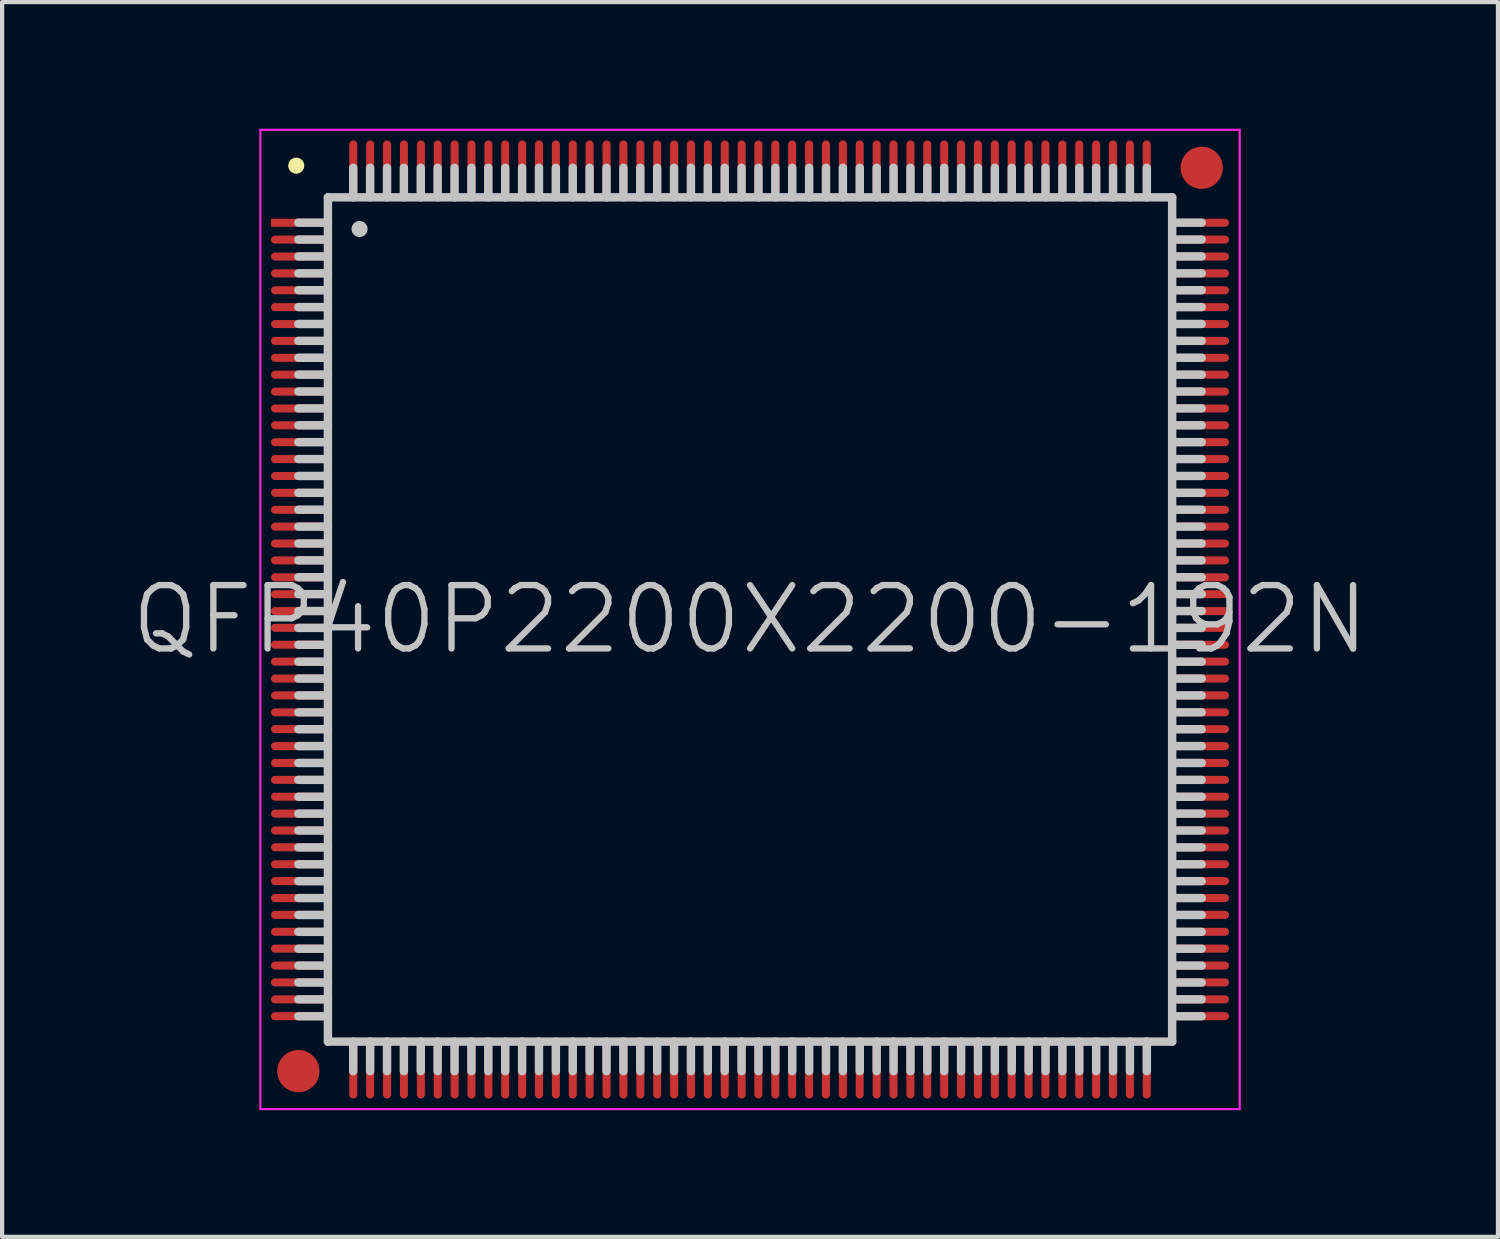
<source format=kicad_pcb>
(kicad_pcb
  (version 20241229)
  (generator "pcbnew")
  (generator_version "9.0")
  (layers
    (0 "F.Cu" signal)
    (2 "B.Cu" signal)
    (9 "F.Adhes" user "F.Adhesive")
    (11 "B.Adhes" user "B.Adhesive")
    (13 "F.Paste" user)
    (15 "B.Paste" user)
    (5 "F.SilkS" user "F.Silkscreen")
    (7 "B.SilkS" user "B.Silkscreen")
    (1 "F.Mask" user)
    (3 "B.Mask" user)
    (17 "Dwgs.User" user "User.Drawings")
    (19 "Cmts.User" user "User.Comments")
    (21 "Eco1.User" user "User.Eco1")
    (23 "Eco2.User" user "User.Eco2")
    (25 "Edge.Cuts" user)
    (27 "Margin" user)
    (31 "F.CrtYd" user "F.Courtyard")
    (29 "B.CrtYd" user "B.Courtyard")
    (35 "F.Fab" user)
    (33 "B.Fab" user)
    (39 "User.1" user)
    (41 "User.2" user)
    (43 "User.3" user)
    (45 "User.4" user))
  (footprint "QFP40P2200X2200-192N"
    (layer "F.Cu")
    (at 14.718 11.625)
    (property "Reference" "QFP40P2200X2200-192N" (at 0 0 0) (layer "Dwgs.User") (effects (font (size 1.5 1.5) (thickness 0.15))))
    (attr smd)
    (fp_line (start -10.75 -10.75) (end -10.75 -10.75) (stroke (width 0.381) (type solid)) (layer "F.SilkS"))
    (fp_line (start -10 -10) (end -10 10) (stroke (width 0.2) (type solid)) (layer "Dwgs.User"))
    (fp_line (start -10 -10) (end 10 -10) (stroke (width 0.2) (type solid)) (layer "Dwgs.User"))
    (fp_line (start -10 -9.4) (end -10.7 -9.4) (stroke (width 0.2) (type solid)) (layer "Dwgs.User"))
    (fp_line (start -10 -9) (end -10.7 -9) (stroke (width 0.2) (type solid)) (layer "Dwgs.User"))
    (fp_line (start -10 -8.6) (end -10.7 -8.6) (stroke (width 0.2) (type solid)) (layer "Dwgs.User"))
    (fp_line (start -10 -8.2) (end -10.7 -8.2) (stroke (width 0.2) (type solid)) (layer "Dwgs.User"))
    (fp_line (start -10 -7.8) (end -10.7 -7.8) (stroke (width 0.2) (type solid)) (layer "Dwgs.User"))
    (fp_line (start -10 -7.4) (end -10.7 -7.4) (stroke (width 0.2) (type solid)) (layer "Dwgs.User"))
    (fp_line (start -10 -7) (end -10.7 -7) (stroke (width 0.2) (type solid)) (layer "Dwgs.User"))
    (fp_line (start -10 -6.6) (end -10.7 -6.6) (stroke (width 0.2) (type solid)) (layer "Dwgs.User"))
    (fp_line (start -10 -6.2) (end -10.7 -6.2) (stroke (width 0.2) (type solid)) (layer "Dwgs.User"))
    (fp_line (start -10 -5.8) (end -10.7 -5.8) (stroke (width 0.2) (type solid)) (layer "Dwgs.User"))
    (fp_line (start -10 -5.4) (end -10.7 -5.4) (stroke (width 0.2) (type solid)) (layer "Dwgs.User"))
    (fp_line (start -10 -5) (end -10.7 -5) (stroke (width 0.2) (type solid)) (layer "Dwgs.User"))
    (fp_line (start -10 -4.6) (end -10.7 -4.6) (stroke (width 0.2) (type solid)) (layer "Dwgs.User"))
    (fp_line (start -10 -4.2) (end -10.7 -4.2) (stroke (width 0.2) (type solid)) (layer "Dwgs.User"))
    (fp_line (start -10 -3.8) (end -10.7 -3.8) (stroke (width 0.2) (type solid)) (layer "Dwgs.User"))
    (fp_line (start -10 -3.4) (end -10.7 -3.4) (stroke (width 0.2) (type solid)) (layer "Dwgs.User"))
    (fp_line (start -10 -3) (end -10.7 -3) (stroke (width 0.2) (type solid)) (layer "Dwgs.User"))
    (fp_line (start -10 -2.6) (end -10.7 -2.6) (stroke (width 0.2) (type solid)) (layer "Dwgs.User"))
    (fp_line (start -10 -2.2) (end -10.7 -2.2) (stroke (width 0.2) (type solid)) (layer "Dwgs.User"))
    (fp_line (start -10 -1.8) (end -10.7 -1.8) (stroke (width 0.2) (type solid)) (layer "Dwgs.User"))
    (fp_line (start -10 -1.4) (end -10.7 -1.4) (stroke (width 0.2) (type solid)) (layer "Dwgs.User"))
    (fp_line (start -10 -1) (end -10.7 -1) (stroke (width 0.2) (type solid)) (layer "Dwgs.User"))
    (fp_line (start -10 -0.6) (end -10.7 -0.6) (stroke (width 0.2) (type solid)) (layer "Dwgs.User"))
    (fp_line (start -10 -0.2) (end -10.7 -0.2) (stroke (width 0.2) (type solid)) (layer "Dwgs.User"))
    (fp_line (start -10 0.2) (end -10.7 0.2) (stroke (width 0.2) (type solid)) (layer "Dwgs.User"))
    (fp_line (start -10 0.6) (end -10.7 0.6) (stroke (width 0.2) (type solid)) (layer "Dwgs.User"))
    (fp_line (start -10 1) (end -10.7 1) (stroke (width 0.2) (type solid)) (layer "Dwgs.User"))
    (fp_line (start -10 1.4) (end -10.7 1.4) (stroke (width 0.2) (type solid)) (layer "Dwgs.User"))
    (fp_line (start -10 1.8) (end -10.7 1.8) (stroke (width 0.2) (type solid)) (layer "Dwgs.User"))
    (fp_line (start -10 2.2) (end -10.7 2.2) (stroke (width 0.2) (type solid)) (layer "Dwgs.User"))
    (fp_line (start -10 2.6) (end -10.7 2.6) (stroke (width 0.2) (type solid)) (layer "Dwgs.User"))
    (fp_line (start -10 3) (end -10.7 3) (stroke (width 0.2) (type solid)) (layer "Dwgs.User"))
    (fp_line (start -10 3.4) (end -10.7 3.4) (stroke (width 0.2) (type solid)) (layer "Dwgs.User"))
    (fp_line (start -10 3.8) (end -10.7 3.8) (stroke (width 0.2) (type solid)) (layer "Dwgs.User"))
    (fp_line (start -10 4.2) (end -10.7 4.2) (stroke (width 0.2) (type solid)) (layer "Dwgs.User"))
    (fp_line (start -10 4.6) (end -10.7 4.6) (stroke (width 0.2) (type solid)) (layer "Dwgs.User"))
    (fp_line (start -10 5) (end -10.7 5) (stroke (width 0.2) (type solid)) (layer "Dwgs.User"))
    (fp_line (start -10 5.4) (end -10.7 5.4) (stroke (width 0.2) (type solid)) (layer "Dwgs.User"))
    (fp_line (start -10 5.8) (end -10.7 5.8) (stroke (width 0.2) (type solid)) (layer "Dwgs.User"))
    (fp_line (start -10 6.2) (end -10.7 6.2) (stroke (width 0.2) (type solid)) (layer "Dwgs.User"))
    (fp_line (start -10 6.6) (end -10.7 6.6) (stroke (width 0.2) (type solid)) (layer "Dwgs.User"))
    (fp_line (start -10 7) (end -10.7 7) (stroke (width 0.2) (type solid)) (layer "Dwgs.User"))
    (fp_line (start -10 7.4) (end -10.7 7.4) (stroke (width 0.2) (type solid)) (layer "Dwgs.User"))
    (fp_line (start -10 7.8) (end -10.7 7.8) (stroke (width 0.2) (type solid)) (layer "Dwgs.User"))
    (fp_line (start -10 8.2) (end -10.7 8.2) (stroke (width 0.2) (type solid)) (layer "Dwgs.User"))
    (fp_line (start -10 8.6) (end -10.7 8.6) (stroke (width 0.2) (type solid)) (layer "Dwgs.User"))
    (fp_line (start -10 9) (end -10.7 9) (stroke (width 0.2) (type solid)) (layer "Dwgs.User"))
    (fp_line (start -10 9.4) (end -10.7 9.4) (stroke (width 0.2) (type solid)) (layer "Dwgs.User"))
    (fp_line (start -10 10) (end 10 10) (stroke (width 0.2) (type solid)) (layer "Dwgs.User"))
    (fp_line (start -9.4 -10) (end -9.4 -10.7) (stroke (width 0.2) (type solid)) (layer "Dwgs.User"))
    (fp_line (start -9.4 10.7) (end -9.4 10) (stroke (width 0.2) (type solid)) (layer "Dwgs.User"))
    (fp_line (start -9.25 -9.25) (end -9.25 -9.25) (stroke (width 0.381) (type solid)) (layer "Dwgs.User"))
    (fp_line (start -9 -10) (end -9 -10.7) (stroke (width 0.2) (type solid)) (layer "Dwgs.User"))
    (fp_line (start -9 10.7) (end -9 10) (stroke (width 0.2) (type solid)) (layer "Dwgs.User"))
    (fp_line (start -8.6 -10) (end -8.6 -10.7) (stroke (width 0.2) (type solid)) (layer "Dwgs.User"))
    (fp_line (start -8.6 10.7) (end -8.6 10) (stroke (width 0.2) (type solid)) (layer "Dwgs.User"))
    (fp_line (start -8.2 -10) (end -8.2 -10.7) (stroke (width 0.2) (type solid)) (layer "Dwgs.User"))
    (fp_line (start -8.2 10.7) (end -8.2 10) (stroke (width 0.2) (type solid)) (layer "Dwgs.User"))
    (fp_line (start -7.8 -10) (end -7.8 -10.7) (stroke (width 0.2) (type solid)) (layer "Dwgs.User"))
    (fp_line (start -7.8 10.7) (end -7.8 10) (stroke (width 0.2) (type solid)) (layer "Dwgs.User"))
    (fp_line (start -7.4 -10) (end -7.4 -10.7) (stroke (width 0.2) (type solid)) (layer "Dwgs.User"))
    (fp_line (start -7.4 10.7) (end -7.4 10) (stroke (width 0.2) (type solid)) (layer "Dwgs.User"))
    (fp_line (start -7 -10) (end -7 -10.7) (stroke (width 0.2) (type solid)) (layer "Dwgs.User"))
    (fp_line (start -7 10.7) (end -7 10) (stroke (width 0.2) (type solid)) (layer "Dwgs.User"))
    (fp_line (start -6.6 -10) (end -6.6 -10.7) (stroke (width 0.2) (type solid)) (layer "Dwgs.User"))
    (fp_line (start -6.6 10.7) (end -6.6 10) (stroke (width 0.2) (type solid)) (layer "Dwgs.User"))
    (fp_line (start -6.2 -10) (end -6.2 -10.7) (stroke (width 0.2) (type solid)) (layer "Dwgs.User"))
    (fp_line (start -6.2 10.7) (end -6.2 10) (stroke (width 0.2) (type solid)) (layer "Dwgs.User"))
    (fp_line (start -5.8 -10) (end -5.8 -10.7) (stroke (width 0.2) (type solid)) (layer "Dwgs.User"))
    (fp_line (start -5.8 10.7) (end -5.8 10) (stroke (width 0.2) (type solid)) (layer "Dwgs.User"))
    (fp_line (start -5.4 -10) (end -5.4 -10.7) (stroke (width 0.2) (type solid)) (layer "Dwgs.User"))
    (fp_line (start -5.4 10.7) (end -5.4 10) (stroke (width 0.2) (type solid)) (layer "Dwgs.User"))
    (fp_line (start -5 -10) (end -5 -10.7) (stroke (width 0.2) (type solid)) (layer "Dwgs.User"))
    (fp_line (start -5 10.7) (end -5 10) (stroke (width 0.2) (type solid)) (layer "Dwgs.User"))
    (fp_line (start -4.6 -10) (end -4.6 -10.7) (stroke (width 0.2) (type solid)) (layer "Dwgs.User"))
    (fp_line (start -4.6 10.7) (end -4.6 10) (stroke (width 0.2) (type solid)) (layer "Dwgs.User"))
    (fp_line (start -4.2 -10) (end -4.2 -10.7) (stroke (width 0.2) (type solid)) (layer "Dwgs.User"))
    (fp_line (start -4.2 10.7) (end -4.2 10) (stroke (width 0.2) (type solid)) (layer "Dwgs.User"))
    (fp_line (start -3.8 -10) (end -3.8 -10.7) (stroke (width 0.2) (type solid)) (layer "Dwgs.User"))
    (fp_line (start -3.8 10.7) (end -3.8 10) (stroke (width 0.2) (type solid)) (layer "Dwgs.User"))
    (fp_line (start -3.4 -10) (end -3.4 -10.7) (stroke (width 0.2) (type solid)) (layer "Dwgs.User"))
    (fp_line (start -3.4 10.7) (end -3.4 10) (stroke (width 0.2) (type solid)) (layer "Dwgs.User"))
    (fp_line (start -3 -10) (end -3 -10.7) (stroke (width 0.2) (type solid)) (layer "Dwgs.User"))
    (fp_line (start -3 10.7) (end -3 10) (stroke (width 0.2) (type solid)) (layer "Dwgs.User"))
    (fp_line (start -2.6 -10) (end -2.6 -10.7) (stroke (width 0.2) (type solid)) (layer "Dwgs.User"))
    (fp_line (start -2.6 10.7) (end -2.6 10) (stroke (width 0.2) (type solid)) (layer "Dwgs.User"))
    (fp_line (start -2.2 -10) (end -2.2 -10.7) (stroke (width 0.2) (type solid)) (layer "Dwgs.User"))
    (fp_line (start -2.2 10.7) (end -2.2 10) (stroke (width 0.2) (type solid)) (layer "Dwgs.User"))
    (fp_line (start -1.8 -10) (end -1.8 -10.7) (stroke (width 0.2) (type solid)) (layer "Dwgs.User"))
    (fp_line (start -1.8 10.7) (end -1.8 10) (stroke (width 0.2) (type solid)) (layer "Dwgs.User"))
    (fp_line (start -1.4 -10) (end -1.4 -10.7) (stroke (width 0.2) (type solid)) (layer "Dwgs.User"))
    (fp_line (start -1.4 10.7) (end -1.4 10) (stroke (width 0.2) (type solid)) (layer "Dwgs.User"))
    (fp_line (start -1 -10) (end -1 -10.7) (stroke (width 0.2) (type solid)) (layer "Dwgs.User"))
    (fp_line (start -1 10.7) (end -1 10) (stroke (width 0.2) (type solid)) (layer "Dwgs.User"))
    (fp_line (start -0.6 -10) (end -0.6 -10.7) (stroke (width 0.2) (type solid)) (layer "Dwgs.User"))
    (fp_line (start -0.6 10.7) (end -0.6 10) (stroke (width 0.2) (type solid)) (layer "Dwgs.User"))
    (fp_line (start -0.2 -10) (end -0.2 -10.7) (stroke (width 0.2) (type solid)) (layer "Dwgs.User"))
    (fp_line (start -0.2 10.7) (end -0.2 10) (stroke (width 0.2) (type solid)) (layer "Dwgs.User"))
    (fp_line (start 0.2 -10) (end 0.2 -10.7) (stroke (width 0.2) (type solid)) (layer "Dwgs.User"))
    (fp_line (start 0.2 10.7) (end 0.2 10) (stroke (width 0.2) (type solid)) (layer "Dwgs.User"))
    (fp_line (start 0.6 -10) (end 0.6 -10.7) (stroke (width 0.2) (type solid)) (layer "Dwgs.User"))
    (fp_line (start 0.6 10.7) (end 0.6 10) (stroke (width 0.2) (type solid)) (layer "Dwgs.User"))
    (fp_line (start 1 -10) (end 1 -10.7) (stroke (width 0.2) (type solid)) (layer "Dwgs.User"))
    (fp_line (start 1 10.7) (end 1 10) (stroke (width 0.2) (type solid)) (layer "Dwgs.User"))
    (fp_line (start 1.4 -10) (end 1.4 -10.7) (stroke (width 0.2) (type solid)) (layer "Dwgs.User"))
    (fp_line (start 1.4 10.7) (end 1.4 10) (stroke (width 0.2) (type solid)) (layer "Dwgs.User"))
    (fp_line (start 1.8 -10) (end 1.8 -10.7) (stroke (width 0.2) (type solid)) (layer "Dwgs.User"))
    (fp_line (start 1.8 10.7) (end 1.8 10) (stroke (width 0.2) (type solid)) (layer "Dwgs.User"))
    (fp_line (start 2.2 -10) (end 2.2 -10.7) (stroke (width 0.2) (type solid)) (layer "Dwgs.User"))
    (fp_line (start 2.2 10.7) (end 2.2 10) (stroke (width 0.2) (type solid)) (layer "Dwgs.User"))
    (fp_line (start 2.6 -10) (end 2.6 -10.7) (stroke (width 0.2) (type solid)) (layer "Dwgs.User"))
    (fp_line (start 2.6 10.7) (end 2.6 10) (stroke (width 0.2) (type solid)) (layer "Dwgs.User"))
    (fp_line (start 3 -10) (end 3 -10.7) (stroke (width 0.2) (type solid)) (layer "Dwgs.User"))
    (fp_line (start 3 10.7) (end 3 10) (stroke (width 0.2) (type solid)) (layer "Dwgs.User"))
    (fp_line (start 3.4 -10) (end 3.4 -10.7) (stroke (width 0.2) (type solid)) (layer "Dwgs.User"))
    (fp_line (start 3.4 10.7) (end 3.4 10) (stroke (width 0.2) (type solid)) (layer "Dwgs.User"))
    (fp_line (start 3.8 -10) (end 3.8 -10.7) (stroke (width 0.2) (type solid)) (layer "Dwgs.User"))
    (fp_line (start 3.8 10.7) (end 3.8 10) (stroke (width 0.2) (type solid)) (layer "Dwgs.User"))
    (fp_line (start 4.2 -10) (end 4.2 -10.7) (stroke (width 0.2) (type solid)) (layer "Dwgs.User"))
    (fp_line (start 4.2 10.7) (end 4.2 10) (stroke (width 0.2) (type solid)) (layer "Dwgs.User"))
    (fp_line (start 4.6 -10) (end 4.6 -10.7) (stroke (width 0.2) (type solid)) (layer "Dwgs.User"))
    (fp_line (start 4.6 10.7) (end 4.6 10) (stroke (width 0.2) (type solid)) (layer "Dwgs.User"))
    (fp_line (start 5 -10) (end 5 -10.7) (stroke (width 0.2) (type solid)) (layer "Dwgs.User"))
    (fp_line (start 5 10.7) (end 5 10) (stroke (width 0.2) (type solid)) (layer "Dwgs.User"))
    (fp_line (start 5.4 -10) (end 5.4 -10.7) (stroke (width 0.2) (type solid)) (layer "Dwgs.User"))
    (fp_line (start 5.4 10.7) (end 5.4 10) (stroke (width 0.2) (type solid)) (layer "Dwgs.User"))
    (fp_line (start 5.8 -10) (end 5.8 -10.7) (stroke (width 0.2) (type solid)) (layer "Dwgs.User"))
    (fp_line (start 5.8 10.7) (end 5.8 10) (stroke (width 0.2) (type solid)) (layer "Dwgs.User"))
    (fp_line (start 6.2 -10) (end 6.2 -10.7) (stroke (width 0.2) (type solid)) (layer "Dwgs.User"))
    (fp_line (start 6.2 10.7) (end 6.2 10) (stroke (width 0.2) (type solid)) (layer "Dwgs.User"))
    (fp_line (start 6.6 -10) (end 6.6 -10.7) (stroke (width 0.2) (type solid)) (layer "Dwgs.User"))
    (fp_line (start 6.6 10.7) (end 6.6 10) (stroke (width 0.2) (type solid)) (layer "Dwgs.User"))
    (fp_line (start 7 -10) (end 7 -10.7) (stroke (width 0.2) (type solid)) (layer "Dwgs.User"))
    (fp_line (start 7 10.7) (end 7 10) (stroke (width 0.2) (type solid)) (layer "Dwgs.User"))
    (fp_line (start 7.4 -10) (end 7.4 -10.7) (stroke (width 0.2) (type solid)) (layer "Dwgs.User"))
    (fp_line (start 7.4 10.7) (end 7.4 10) (stroke (width 0.2) (type solid)) (layer "Dwgs.User"))
    (fp_line (start 7.8 -10) (end 7.8 -10.7) (stroke (width 0.2) (type solid)) (layer "Dwgs.User"))
    (fp_line (start 7.8 10.7) (end 7.8 10) (stroke (width 0.2) (type solid)) (layer "Dwgs.User"))
    (fp_line (start 8.2 -10) (end 8.2 -10.7) (stroke (width 0.2) (type solid)) (layer "Dwgs.User"))
    (fp_line (start 8.2 10.7) (end 8.2 10) (stroke (width 0.2) (type solid)) (layer "Dwgs.User"))
    (fp_line (start 8.6 -10) (end 8.6 -10.7) (stroke (width 0.2) (type solid)) (layer "Dwgs.User"))
    (fp_line (start 8.6 10.7) (end 8.6 10) (stroke (width 0.2) (type solid)) (layer "Dwgs.User"))
    (fp_line (start 9 -10) (end 9 -10.7) (stroke (width 0.2) (type solid)) (layer "Dwgs.User"))
    (fp_line (start 9 10.7) (end 9 10) (stroke (width 0.2) (type solid)) (layer "Dwgs.User"))
    (fp_line (start 9.4 -10) (end 9.4 -10.7) (stroke (width 0.2) (type solid)) (layer "Dwgs.User"))
    (fp_line (start 9.4 10.7) (end 9.4 10) (stroke (width 0.2) (type solid)) (layer "Dwgs.User"))
    (fp_line (start 10 -10) (end 10 10) (stroke (width 0.2) (type solid)) (layer "Dwgs.User"))
    (fp_line (start 10.7 -9.4) (end 10 -9.4) (stroke (width 0.2) (type solid)) (layer "Dwgs.User"))
    (fp_line (start 10.7 -9) (end 10 -9) (stroke (width 0.2) (type solid)) (layer "Dwgs.User"))
    (fp_line (start 10.7 -8.6) (end 10 -8.6) (stroke (width 0.2) (type solid)) (layer "Dwgs.User"))
    (fp_line (start 10.7 -8.2) (end 10 -8.2) (stroke (width 0.2) (type solid)) (layer "Dwgs.User"))
    (fp_line (start 10.7 -7.8) (end 10 -7.8) (stroke (width 0.2) (type solid)) (layer "Dwgs.User"))
    (fp_line (start 10.7 -7.4) (end 10 -7.4) (stroke (width 0.2) (type solid)) (layer "Dwgs.User"))
    (fp_line (start 10.7 -7) (end 10 -7) (stroke (width 0.2) (type solid)) (layer "Dwgs.User"))
    (fp_line (start 10.7 -6.6) (end 10 -6.6) (stroke (width 0.2) (type solid)) (layer "Dwgs.User"))
    (fp_line (start 10.7 -6.2) (end 10 -6.2) (stroke (width 0.2) (type solid)) (layer "Dwgs.User"))
    (fp_line (start 10.7 -5.8) (end 10 -5.8) (stroke (width 0.2) (type solid)) (layer "Dwgs.User"))
    (fp_line (start 10.7 -5.4) (end 10 -5.4) (stroke (width 0.2) (type solid)) (layer "Dwgs.User"))
    (fp_line (start 10.7 -5) (end 10 -5) (stroke (width 0.2) (type solid)) (layer "Dwgs.User"))
    (fp_line (start 10.7 -4.6) (end 10 -4.6) (stroke (width 0.2) (type solid)) (layer "Dwgs.User"))
    (fp_line (start 10.7 -4.2) (end 10 -4.2) (stroke (width 0.2) (type solid)) (layer "Dwgs.User"))
    (fp_line (start 10.7 -3.8) (end 10 -3.8) (stroke (width 0.2) (type solid)) (layer "Dwgs.User"))
    (fp_line (start 10.7 -3.4) (end 10 -3.4) (stroke (width 0.2) (type solid)) (layer "Dwgs.User"))
    (fp_line (start 10.7 -3) (end 10 -3) (stroke (width 0.2) (type solid)) (layer "Dwgs.User"))
    (fp_line (start 10.7 -2.6) (end 10 -2.6) (stroke (width 0.2) (type solid)) (layer "Dwgs.User"))
    (fp_line (start 10.7 -2.2) (end 10 -2.2) (stroke (width 0.2) (type solid)) (layer "Dwgs.User"))
    (fp_line (start 10.7 -1.8) (end 10 -1.8) (stroke (width 0.2) (type solid)) (layer "Dwgs.User"))
    (fp_line (start 10.7 -1.4) (end 10 -1.4) (stroke (width 0.2) (type solid)) (layer "Dwgs.User"))
    (fp_line (start 10.7 -1) (end 10 -1) (stroke (width 0.2) (type solid)) (layer "Dwgs.User"))
    (fp_line (start 10.7 -0.6) (end 10 -0.6) (stroke (width 0.2) (type solid)) (layer "Dwgs.User"))
    (fp_line (start 10.7 -0.2) (end 10 -0.2) (stroke (width 0.2) (type solid)) (layer "Dwgs.User"))
    (fp_line (start 10.7 0.2) (end 10 0.2) (stroke (width 0.2) (type solid)) (layer "Dwgs.User"))
    (fp_line (start 10.7 0.6) (end 10 0.6) (stroke (width 0.2) (type solid)) (layer "Dwgs.User"))
    (fp_line (start 10.7 1) (end 10 1) (stroke (width 0.2) (type solid)) (layer "Dwgs.User"))
    (fp_line (start 10.7 1.4) (end 10 1.4) (stroke (width 0.2) (type solid)) (layer "Dwgs.User"))
    (fp_line (start 10.7 1.8) (end 10 1.8) (stroke (width 0.2) (type solid)) (layer "Dwgs.User"))
    (fp_line (start 10.7 2.2) (end 10 2.2) (stroke (width 0.2) (type solid)) (layer "Dwgs.User"))
    (fp_line (start 10.7 2.6) (end 10 2.6) (stroke (width 0.2) (type solid)) (layer "Dwgs.User"))
    (fp_line (start 10.7 3) (end 10 3) (stroke (width 0.2) (type solid)) (layer "Dwgs.User"))
    (fp_line (start 10.7 3.4) (end 10 3.4) (stroke (width 0.2) (type solid)) (layer "Dwgs.User"))
    (fp_line (start 10.7 3.8) (end 10 3.8) (stroke (width 0.2) (type solid)) (layer "Dwgs.User"))
    (fp_line (start 10.7 4.2) (end 10 4.2) (stroke (width 0.2) (type solid)) (layer "Dwgs.User"))
    (fp_line (start 10.7 4.6) (end 10 4.6) (stroke (width 0.2) (type solid)) (layer "Dwgs.User"))
    (fp_line (start 10.7 5) (end 10 5) (stroke (width 0.2) (type solid)) (layer "Dwgs.User"))
    (fp_line (start 10.7 5.4) (end 10 5.4) (stroke (width 0.2) (type solid)) (layer "Dwgs.User"))
    (fp_line (start 10.7 5.8) (end 10 5.8) (stroke (width 0.2) (type solid)) (layer "Dwgs.User"))
    (fp_line (start 10.7 6.2) (end 10 6.2) (stroke (width 0.2) (type solid)) (layer "Dwgs.User"))
    (fp_line (start 10.7 6.6) (end 10 6.6) (stroke (width 0.2) (type solid)) (layer "Dwgs.User"))
    (fp_line (start 10.7 7) (end 10 7) (stroke (width 0.2) (type solid)) (layer "Dwgs.User"))
    (fp_line (start 10.7 7.4) (end 10 7.4) (stroke (width 0.2) (type solid)) (layer "Dwgs.User"))
    (fp_line (start 10.7 7.8) (end 10 7.8) (stroke (width 0.2) (type solid)) (layer "Dwgs.User"))
    (fp_line (start 10.7 8.2) (end 10 8.2) (stroke (width 0.2) (type solid)) (layer "Dwgs.User"))
    (fp_line (start 10.7 8.6) (end 10 8.6) (stroke (width 0.2) (type solid)) (layer "Dwgs.User"))
    (fp_line (start 10.7 9) (end 10 9) (stroke (width 0.2) (type solid)) (layer "Dwgs.User"))
    (fp_line (start 10.7 9.4) (end 10 9.4) (stroke (width 0.2) (type solid)) (layer "Dwgs.User"))
    (fp_line (start -11.6 -11.6) (end -11.6 11.6) (stroke (width 0.05) (type solid)) (layer "F.CrtYd"))
    (fp_line (start -11.6 -11.6) (end 11.6 -11.6) (stroke (width 0.05) (type solid)) (layer "F.CrtYd"))
    (fp_line (start -11.6 11.6) (end 11.6 11.6) (stroke (width 0.05) (type solid)) (layer "F.CrtYd"))
    (fp_line (start 11.6 -11.6) (end 11.6 11.6) (stroke (width 0.05) (type solid)) (layer "F.CrtYd"))
    (pad "" smd circle (at -10.7 10.7) (size 1 1) (layers "F.Cu" "F.Mask"))
    (pad "" smd circle (at 10.7 -10.7) (size 1 1) (layers "F.Cu" "F.Mask"))
    (pad "1" smd rect (at -10.698 -9.398 90) (size 0.19 1.3) (layers "F.Cu" "F.Mask" "F.Paste"))
    (pad "2" smd oval (at -10.698 -8.999 90) (size 0.19 1.3) (layers "F.Cu" "F.Mask" "F.Paste"))
    (pad "3" smd oval (at -10.698 -8.598 90) (size 0.19 1.3) (layers "F.Cu" "F.Mask" "F.Paste"))
    (pad "4" smd oval (at -10.698 -8.199 90) (size 0.19 1.3) (layers "F.Cu" "F.Mask" "F.Paste"))
    (pad "5" smd oval (at -10.698 -7.798 90) (size 0.19 1.3) (layers "F.Cu" "F.Mask" "F.Paste"))
    (pad "6" smd oval (at -10.698 -7.399 90) (size 0.19 1.3) (layers "F.Cu" "F.Mask" "F.Paste"))
    (pad "7" smd oval (at -10.698 -6.998 90) (size 0.19 1.3) (layers "F.Cu" "F.Mask" "F.Paste"))
    (pad "8" smd oval (at -10.698 -6.599 90) (size 0.19 1.3) (layers "F.Cu" "F.Mask" "F.Paste"))
    (pad "9" smd oval (at -10.698 -6.198 90) (size 0.19 1.3) (layers "F.Cu" "F.Mask" "F.Paste"))
    (pad "10" smd oval (at -10.698 -5.799 90) (size 0.19 1.3) (layers "F.Cu" "F.Mask" "F.Paste"))
    (pad "11" smd oval (at -10.698 -5.397 90) (size 0.19 1.3) (layers "F.Cu" "F.Mask" "F.Paste"))
    (pad "12" smd oval (at -10.698 -4.999 90) (size 0.19 1.3) (layers "F.Cu" "F.Mask" "F.Paste"))
    (pad "13" smd oval (at -10.698 -4.6 90) (size 0.19 1.3) (layers "F.Cu" "F.Mask" "F.Paste"))
    (pad "14" smd oval (at -10.698 -4.199 90) (size 0.19 1.3) (layers "F.Cu" "F.Mask" "F.Paste"))
    (pad "15" smd oval (at -10.698 -3.8 90) (size 0.19 1.3) (layers "F.Cu" "F.Mask" "F.Paste"))
    (pad "16" smd oval (at -10.698 -3.399 90) (size 0.19 1.3) (layers "F.Cu" "F.Mask" "F.Paste"))
    (pad "17" smd oval (at -10.698 -3 90) (size 0.19 1.3) (layers "F.Cu" "F.Mask" "F.Paste"))
    (pad "18" smd oval (at -10.698 -2.598 90) (size 0.19 1.3) (layers "F.Cu" "F.Mask" "F.Paste"))
    (pad "19" smd oval (at -10.698 -2.2 90) (size 0.19 1.3) (layers "F.Cu" "F.Mask" "F.Paste"))
    (pad "20" smd oval (at -10.698 -1.798 90) (size 0.19 1.3) (layers "F.Cu" "F.Mask" "F.Paste"))
    (pad "21" smd oval (at -10.698 -1.4 90) (size 0.19 1.3) (layers "F.Cu" "F.Mask" "F.Paste"))
    (pad "22" smd oval (at -10.698 -0.998 90) (size 0.19 1.3) (layers "F.Cu" "F.Mask" "F.Paste"))
    (pad "23" smd oval (at -10.698 -0.599 90) (size 0.19 1.3) (layers "F.Cu" "F.Mask" "F.Paste"))
    (pad "24" smd oval (at -10.698 -0.198 90) (size 0.19 1.3) (layers "F.Cu" "F.Mask" "F.Paste"))
    (pad "25" smd oval (at -10.698 0.198 90) (size 0.19 1.3) (layers "F.Cu" "F.Mask" "F.Paste"))
    (pad "26" smd oval (at -10.698 0.599 90) (size 0.19 1.3) (layers "F.Cu" "F.Mask" "F.Paste"))
    (pad "27" smd oval (at -10.698 0.998 90) (size 0.19 1.3) (layers "F.Cu" "F.Mask" "F.Paste"))
    (pad "28" smd oval (at -10.698 1.4 90) (size 0.19 1.3) (layers "F.Cu" "F.Mask" "F.Paste"))
    (pad "29" smd oval (at -10.698 1.798 90) (size 0.19 1.3) (layers "F.Cu" "F.Mask" "F.Paste"))
    (pad "30" smd oval (at -10.698 2.2 90) (size 0.19 1.3) (layers "F.Cu" "F.Mask" "F.Paste"))
    (pad "31" smd oval (at -10.698 2.598 90) (size 0.19 1.3) (layers "F.Cu" "F.Mask" "F.Paste"))
    (pad "32" smd oval (at -10.698 3 90) (size 0.19 1.3) (layers "F.Cu" "F.Mask" "F.Paste"))
    (pad "33" smd oval (at -10.698 3.399 90) (size 0.19 1.3) (layers "F.Cu" "F.Mask" "F.Paste"))
    (pad "34" smd oval (at -10.698 3.8 90) (size 0.19 1.3) (layers "F.Cu" "F.Mask" "F.Paste"))
    (pad "35" smd oval (at -10.698 4.199 90) (size 0.19 1.3) (layers "F.Cu" "F.Mask" "F.Paste"))
    (pad "36" smd oval (at -10.698 4.6 90) (size 0.19 1.3) (layers "F.Cu" "F.Mask" "F.Paste"))
    (pad "37" smd oval (at -10.698 4.999 90) (size 0.19 1.3) (layers "F.Cu" "F.Mask" "F.Paste"))
    (pad "38" smd oval (at -10.698 5.397 90) (size 0.19 1.3) (layers "F.Cu" "F.Mask" "F.Paste"))
    (pad "39" smd oval (at -10.698 5.799 90) (size 0.19 1.3) (layers "F.Cu" "F.Mask" "F.Paste"))
    (pad "40" smd oval (at -10.698 6.198 90) (size 0.19 1.3) (layers "F.Cu" "F.Mask" "F.Paste"))
    (pad "41" smd oval (at -10.698 6.599 90) (size 0.19 1.3) (layers "F.Cu" "F.Mask" "F.Paste"))
    (pad "42" smd oval (at -10.698 6.998 90) (size 0.19 1.3) (layers "F.Cu" "F.Mask" "F.Paste"))
    (pad "43" smd oval (at -10.698 7.399 90) (size 0.19 1.3) (layers "F.Cu" "F.Mask" "F.Paste"))
    (pad "44" smd oval (at -10.698 7.798 90) (size 0.19 1.3) (layers "F.Cu" "F.Mask" "F.Paste"))
    (pad "45" smd oval (at -10.698 8.199 90) (size 0.19 1.3) (layers "F.Cu" "F.Mask" "F.Paste"))
    (pad "46" smd oval (at -10.698 8.598 90) (size 0.19 1.3) (layers "F.Cu" "F.Mask" "F.Paste"))
    (pad "47" smd oval (at -10.698 8.999 90) (size 0.19 1.3) (layers "F.Cu" "F.Mask" "F.Paste"))
    (pad "48" smd oval (at -10.698 9.398 90) (size 0.19 1.3) (layers "F.Cu" "F.Mask" "F.Paste"))
    (pad "49" smd oval (at -9.398 10.698 180) (size 0.19 1.3) (layers "F.Cu" "F.Mask" "F.Paste"))
    (pad "50" smd oval (at -8.999 10.698 180) (size 0.19 1.3) (layers "F.Cu" "F.Mask" "F.Paste"))
    (pad "51" smd oval (at -8.598 10.698 180) (size 0.19 1.3) (layers "F.Cu" "F.Mask" "F.Paste"))
    (pad "52" smd oval (at -8.199 10.698 180) (size 0.19 1.3) (layers "F.Cu" "F.Mask" "F.Paste"))
    (pad "53" smd oval (at -7.798 10.698 180) (size 0.19 1.3) (layers "F.Cu" "F.Mask" "F.Paste"))
    (pad "54" smd oval (at -7.399 10.698 180) (size 0.19 1.3) (layers "F.Cu" "F.Mask" "F.Paste"))
    (pad "55" smd oval (at -6.998 10.698 180) (size 0.19 1.3) (layers "F.Cu" "F.Mask" "F.Paste"))
    (pad "56" smd oval (at -6.599 10.698 180) (size 0.19 1.3) (layers "F.Cu" "F.Mask" "F.Paste"))
    (pad "57" smd oval (at -6.198 10.698 180) (size 0.19 1.3) (layers "F.Cu" "F.Mask" "F.Paste"))
    (pad "58" smd oval (at -5.799 10.698 180) (size 0.19 1.3) (layers "F.Cu" "F.Mask" "F.Paste"))
    (pad "59" smd oval (at -5.397 10.698 180) (size 0.19 1.3) (layers "F.Cu" "F.Mask" "F.Paste"))
    (pad "60" smd oval (at -4.999 10.698 180) (size 0.19 1.3) (layers "F.Cu" "F.Mask" "F.Paste"))
    (pad "61" smd oval (at -4.6 10.698 180) (size 0.19 1.3) (layers "F.Cu" "F.Mask" "F.Paste"))
    (pad "62" smd oval (at -4.199 10.698 180) (size 0.19 1.3) (layers "F.Cu" "F.Mask" "F.Paste"))
    (pad "63" smd oval (at -3.8 10.698 180) (size 0.19 1.3) (layers "F.Cu" "F.Mask" "F.Paste"))
    (pad "64" smd oval (at -3.399 10.698 180) (size 0.19 1.3) (layers "F.Cu" "F.Mask" "F.Paste"))
    (pad "65" smd oval (at -3 10.698 180) (size 0.19 1.3) (layers "F.Cu" "F.Mask" "F.Paste"))
    (pad "66" smd oval (at -2.598 10.698 180) (size 0.19 1.3) (layers "F.Cu" "F.Mask" "F.Paste"))
    (pad "67" smd oval (at -2.2 10.698 180) (size 0.19 1.3) (layers "F.Cu" "F.Mask" "F.Paste"))
    (pad "68" smd oval (at -1.798 10.698 180) (size 0.19 1.3) (layers "F.Cu" "F.Mask" "F.Paste"))
    (pad "69" smd oval (at -1.4 10.698 180) (size 0.19 1.3) (layers "F.Cu" "F.Mask" "F.Paste"))
    (pad "70" smd oval (at -0.998 10.698 180) (size 0.19 1.3) (layers "F.Cu" "F.Mask" "F.Paste"))
    (pad "71" smd oval (at -0.599 10.698 180) (size 0.19 1.3) (layers "F.Cu" "F.Mask" "F.Paste"))
    (pad "72" smd oval (at -0.198 10.698 180) (size 0.19 1.3) (layers "F.Cu" "F.Mask" "F.Paste"))
    (pad "73" smd oval (at 0.198 10.698 180) (size 0.19 1.3) (layers "F.Cu" "F.Mask" "F.Paste"))
    (pad "74" smd oval (at 0.599 10.698 180) (size 0.19 1.3) (layers "F.Cu" "F.Mask" "F.Paste"))
    (pad "75" smd oval (at 0.998 10.698 180) (size 0.19 1.3) (layers "F.Cu" "F.Mask" "F.Paste"))
    (pad "76" smd oval (at 1.4 10.698 180) (size 0.19 1.3) (layers "F.Cu" "F.Mask" "F.Paste"))
    (pad "77" smd oval (at 1.798 10.698 180) (size 0.19 1.3) (layers "F.Cu" "F.Mask" "F.Paste"))
    (pad "78" smd oval (at 2.2 10.698 180) (size 0.19 1.3) (layers "F.Cu" "F.Mask" "F.Paste"))
    (pad "79" smd oval (at 2.598 10.698 180) (size 0.19 1.3) (layers "F.Cu" "F.Mask" "F.Paste"))
    (pad "80" smd oval (at 3 10.698 180) (size 0.19 1.3) (layers "F.Cu" "F.Mask" "F.Paste"))
    (pad "81" smd oval (at 3.399 10.698 180) (size 0.19 1.3) (layers "F.Cu" "F.Mask" "F.Paste"))
    (pad "82" smd oval (at 3.8 10.698 180) (size 0.19 1.3) (layers "F.Cu" "F.Mask" "F.Paste"))
    (pad "83" smd oval (at 4.199 10.698 180) (size 0.19 1.3) (layers "F.Cu" "F.Mask" "F.Paste"))
    (pad "84" smd oval (at 4.6 10.698 180) (size 0.19 1.3) (layers "F.Cu" "F.Mask" "F.Paste"))
    (pad "85" smd oval (at 4.999 10.698 180) (size 0.19 1.3) (layers "F.Cu" "F.Mask" "F.Paste"))
    (pad "86" smd oval (at 5.397 10.698 180) (size 0.19 1.3) (layers "F.Cu" "F.Mask" "F.Paste"))
    (pad "87" smd oval (at 5.799 10.698 180) (size 0.19 1.3) (layers "F.Cu" "F.Mask" "F.Paste"))
    (pad "88" smd oval (at 6.198 10.698 180) (size 0.19 1.3) (layers "F.Cu" "F.Mask" "F.Paste"))
    (pad "89" smd oval (at 6.599 10.698 180) (size 0.19 1.3) (layers "F.Cu" "F.Mask" "F.Paste"))
    (pad "90" smd oval (at 6.998 10.698 180) (size 0.19 1.3) (layers "F.Cu" "F.Mask" "F.Paste"))
    (pad "91" smd oval (at 7.399 10.698 180) (size 0.19 1.3) (layers "F.Cu" "F.Mask" "F.Paste"))
    (pad "92" smd oval (at 7.798 10.698 180) (size 0.19 1.3) (layers "F.Cu" "F.Mask" "F.Paste"))
    (pad "93" smd oval (at 8.199 10.698 180) (size 0.19 1.3) (layers "F.Cu" "F.Mask" "F.Paste"))
    (pad "94" smd oval (at 8.598 10.698 180) (size 0.19 1.3) (layers "F.Cu" "F.Mask" "F.Paste"))
    (pad "95" smd oval (at 8.999 10.698 180) (size 0.19 1.3) (layers "F.Cu" "F.Mask" "F.Paste"))
    (pad "96" smd oval (at 9.398 10.698 180) (size 0.19 1.3) (layers "F.Cu" "F.Mask" "F.Paste"))
    (pad "97" smd oval (at 10.698 9.398 270) (size 0.19 1.3) (layers "F.Cu" "F.Mask" "F.Paste"))
    (pad "98" smd oval (at 10.698 8.999 270) (size 0.19 1.3) (layers "F.Cu" "F.Mask" "F.Paste"))
    (pad "99" smd oval (at 10.698 8.598 270) (size 0.19 1.3) (layers "F.Cu" "F.Mask" "F.Paste"))
    (pad "100" smd oval (at 10.698 8.199 270) (size 0.19 1.3) (layers "F.Cu" "F.Mask" "F.Paste"))
    (pad "101" smd oval (at 10.698 7.798 270) (size 0.19 1.3) (layers "F.Cu" "F.Mask" "F.Paste"))
    (pad "102" smd oval (at 10.698 7.399 270) (size 0.19 1.3) (layers "F.Cu" "F.Mask" "F.Paste"))
    (pad "103" smd oval (at 10.698 6.998 270) (size 0.19 1.3) (layers "F.Cu" "F.Mask" "F.Paste"))
    (pad "104" smd oval (at 10.698 6.599 270) (size 0.19 1.3) (layers "F.Cu" "F.Mask" "F.Paste"))
    (pad "105" smd oval (at 10.698 6.198 270) (size 0.19 1.3) (layers "F.Cu" "F.Mask" "F.Paste"))
    (pad "106" smd oval (at 10.698 5.799 270) (size 0.19 1.3) (layers "F.Cu" "F.Mask" "F.Paste"))
    (pad "107" smd oval (at 10.698 5.397 270) (size 0.19 1.3) (layers "F.Cu" "F.Mask" "F.Paste"))
    (pad "108" smd oval (at 10.698 4.999 270) (size 0.19 1.3) (layers "F.Cu" "F.Mask" "F.Paste"))
    (pad "109" smd oval (at 10.698 4.6 270) (size 0.19 1.3) (layers "F.Cu" "F.Mask" "F.Paste"))
    (pad "110" smd oval (at 10.698 4.199 270) (size 0.19 1.3) (layers "F.Cu" "F.Mask" "F.Paste"))
    (pad "111" smd oval (at 10.698 3.8 270) (size 0.19 1.3) (layers "F.Cu" "F.Mask" "F.Paste"))
    (pad "112" smd oval (at 10.698 3.399 270) (size 0.19 1.3) (layers "F.Cu" "F.Mask" "F.Paste"))
    (pad "113" smd oval (at 10.698 3 270) (size 0.19 1.3) (layers "F.Cu" "F.Mask" "F.Paste"))
    (pad "114" smd oval (at 10.698 2.598 270) (size 0.19 1.3) (layers "F.Cu" "F.Mask" "F.Paste"))
    (pad "115" smd oval (at 10.698 2.2 270) (size 0.19 1.3) (layers "F.Cu" "F.Mask" "F.Paste"))
    (pad "116" smd oval (at 10.698 1.798 270) (size 0.19 1.3) (layers "F.Cu" "F.Mask" "F.Paste"))
    (pad "117" smd oval (at 10.698 1.4 270) (size 0.19 1.3) (layers "F.Cu" "F.Mask" "F.Paste"))
    (pad "118" smd oval (at 10.698 0.998 270) (size 0.19 1.3) (layers "F.Cu" "F.Mask" "F.Paste"))
    (pad "119" smd oval (at 10.698 0.599 270) (size 0.19 1.3) (layers "F.Cu" "F.Mask" "F.Paste"))
    (pad "120" smd oval (at 10.698 0.198 270) (size 0.19 1.3) (layers "F.Cu" "F.Mask" "F.Paste"))
    (pad "121" smd oval (at 10.698 -0.198 270) (size 0.19 1.3) (layers "F.Cu" "F.Mask" "F.Paste"))
    (pad "122" smd oval (at 10.698 -0.599 270) (size 0.19 1.3) (layers "F.Cu" "F.Mask" "F.Paste"))
    (pad "123" smd oval (at 10.698 -0.998 270) (size 0.19 1.3) (layers "F.Cu" "F.Mask" "F.Paste"))
    (pad "124" smd oval (at 10.698 -1.4 270) (size 0.19 1.3) (layers "F.Cu" "F.Mask" "F.Paste"))
    (pad "125" smd oval (at 10.698 -1.798 270) (size 0.19 1.3) (layers "F.Cu" "F.Mask" "F.Paste"))
    (pad "126" smd oval (at 10.698 -2.2 270) (size 0.19 1.3) (layers "F.Cu" "F.Mask" "F.Paste"))
    (pad "127" smd oval (at 10.698 -2.598 270) (size 0.19 1.3) (layers "F.Cu" "F.Mask" "F.Paste"))
    (pad "128" smd oval (at 10.698 -3 270) (size 0.19 1.3) (layers "F.Cu" "F.Mask" "F.Paste"))
    (pad "129" smd oval (at 10.698 -3.399 270) (size 0.19 1.3) (layers "F.Cu" "F.Mask" "F.Paste"))
    (pad "130" smd oval (at 10.698 -3.8 270) (size 0.19 1.3) (layers "F.Cu" "F.Mask" "F.Paste"))
    (pad "131" smd oval (at 10.698 -4.199 270) (size 0.19 1.3) (layers "F.Cu" "F.Mask" "F.Paste"))
    (pad "132" smd oval (at 10.698 -4.6 270) (size 0.19 1.3) (layers "F.Cu" "F.Mask" "F.Paste"))
    (pad "133" smd oval (at 10.698 -4.999 270) (size 0.19 1.3) (layers "F.Cu" "F.Mask" "F.Paste"))
    (pad "134" smd oval (at 10.698 -5.397 270) (size 0.19 1.3) (layers "F.Cu" "F.Mask" "F.Paste"))
    (pad "135" smd oval (at 10.698 -5.799 270) (size 0.19 1.3) (layers "F.Cu" "F.Mask" "F.Paste"))
    (pad "136" smd oval (at 10.698 -6.198 270) (size 0.19 1.3) (layers "F.Cu" "F.Mask" "F.Paste"))
    (pad "137" smd oval (at 10.698 -6.599 270) (size 0.19 1.3) (layers "F.Cu" "F.Mask" "F.Paste"))
    (pad "138" smd oval (at 10.698 -6.998 270) (size 0.19 1.3) (layers "F.Cu" "F.Mask" "F.Paste"))
    (pad "139" smd oval (at 10.698 -7.399 270) (size 0.19 1.3) (layers "F.Cu" "F.Mask" "F.Paste"))
    (pad "140" smd oval (at 10.698 -7.798 270) (size 0.19 1.3) (layers "F.Cu" "F.Mask" "F.Paste"))
    (pad "141" smd oval (at 10.698 -8.199 270) (size 0.19 1.3) (layers "F.Cu" "F.Mask" "F.Paste"))
    (pad "142" smd oval (at 10.698 -8.598 270) (size 0.19 1.3) (layers "F.Cu" "F.Mask" "F.Paste"))
    (pad "143" smd oval (at 10.698 -8.999 270) (size 0.19 1.3) (layers "F.Cu" "F.Mask" "F.Paste"))
    (pad "144" smd oval (at 10.698 -9.398 270) (size 0.19 1.3) (layers "F.Cu" "F.Mask" "F.Paste"))
    (pad "145" smd oval (at 9.398 -10.698) (size 0.19 1.3) (layers "F.Cu" "F.Mask" "F.Paste"))
    (pad "146" smd oval (at 8.999 -10.698) (size 0.19 1.3) (layers "F.Cu" "F.Mask" "F.Paste"))
    (pad "147" smd oval (at 8.598 -10.698) (size 0.19 1.3) (layers "F.Cu" "F.Mask" "F.Paste"))
    (pad "148" smd oval (at 8.199 -10.698) (size 0.19 1.3) (layers "F.Cu" "F.Mask" "F.Paste"))
    (pad "149" smd oval (at 7.798 -10.698) (size 0.19 1.3) (layers "F.Cu" "F.Mask" "F.Paste"))
    (pad "150" smd oval (at 7.399 -10.698) (size 0.19 1.3) (layers "F.Cu" "F.Mask" "F.Paste"))
    (pad "151" smd oval (at 6.998 -10.698) (size 0.19 1.3) (layers "F.Cu" "F.Mask" "F.Paste"))
    (pad "152" smd oval (at 6.599 -10.698) (size 0.19 1.3) (layers "F.Cu" "F.Mask" "F.Paste"))
    (pad "153" smd oval (at 6.198 -10.698) (size 0.19 1.3) (layers "F.Cu" "F.Mask" "F.Paste"))
    (pad "154" smd oval (at 5.799 -10.698) (size 0.19 1.3) (layers "F.Cu" "F.Mask" "F.Paste"))
    (pad "155" smd oval (at 5.397 -10.698) (size 0.19 1.3) (layers "F.Cu" "F.Mask" "F.Paste"))
    (pad "156" smd oval (at 4.999 -10.698) (size 0.19 1.3) (layers "F.Cu" "F.Mask" "F.Paste"))
    (pad "157" smd oval (at 4.6 -10.698) (size 0.19 1.3) (layers "F.Cu" "F.Mask" "F.Paste"))
    (pad "158" smd oval (at 4.199 -10.698) (size 0.19 1.3) (layers "F.Cu" "F.Mask" "F.Paste"))
    (pad "159" smd oval (at 3.8 -10.698) (size 0.19 1.3) (layers "F.Cu" "F.Mask" "F.Paste"))
    (pad "160" smd oval (at 3.399 -10.698) (size 0.19 1.3) (layers "F.Cu" "F.Mask" "F.Paste"))
    (pad "161" smd oval (at 3 -10.698) (size 0.19 1.3) (layers "F.Cu" "F.Mask" "F.Paste"))
    (pad "162" smd oval (at 2.598 -10.698) (size 0.19 1.3) (layers "F.Cu" "F.Mask" "F.Paste"))
    (pad "163" smd oval (at 2.2 -10.698) (size 0.19 1.3) (layers "F.Cu" "F.Mask" "F.Paste"))
    (pad "164" smd oval (at 1.798 -10.698) (size 0.19 1.3) (layers "F.Cu" "F.Mask" "F.Paste"))
    (pad "165" smd oval (at 1.4 -10.698) (size 0.19 1.3) (layers "F.Cu" "F.Mask" "F.Paste"))
    (pad "166" smd oval (at 0.998 -10.698) (size 0.19 1.3) (layers "F.Cu" "F.Mask" "F.Paste"))
    (pad "167" smd oval (at 0.599 -10.698) (size 0.19 1.3) (layers "F.Cu" "F.Mask" "F.Paste"))
    (pad "168" smd oval (at 0.198 -10.698) (size 0.19 1.3) (layers "F.Cu" "F.Mask" "F.Paste"))
    (pad "169" smd oval (at -0.198 -10.698) (size 0.19 1.3) (layers "F.Cu" "F.Mask" "F.Paste"))
    (pad "170" smd oval (at -0.599 -10.698) (size 0.19 1.3) (layers "F.Cu" "F.Mask" "F.Paste"))
    (pad "171" smd oval (at -0.998 -10.698) (size 0.19 1.3) (layers "F.Cu" "F.Mask" "F.Paste"))
    (pad "172" smd oval (at -1.4 -10.698) (size 0.19 1.3) (layers "F.Cu" "F.Mask" "F.Paste"))
    (pad "173" smd oval (at -1.798 -10.698) (size 0.19 1.3) (layers "F.Cu" "F.Mask" "F.Paste"))
    (pad "174" smd oval (at -2.2 -10.698) (size 0.19 1.3) (layers "F.Cu" "F.Mask" "F.Paste"))
    (pad "175" smd oval (at -2.598 -10.698) (size 0.19 1.3) (layers "F.Cu" "F.Mask" "F.Paste"))
    (pad "176" smd oval (at -3 -10.698) (size 0.19 1.3) (layers "F.Cu" "F.Mask" "F.Paste"))
    (pad "177" smd oval (at -3.399 -10.698) (size 0.19 1.3) (layers "F.Cu" "F.Mask" "F.Paste"))
    (pad "178" smd oval (at -3.8 -10.698) (size 0.19 1.3) (layers "F.Cu" "F.Mask" "F.Paste"))
    (pad "179" smd oval (at -4.199 -10.698) (size 0.19 1.3) (layers "F.Cu" "F.Mask" "F.Paste"))
    (pad "180" smd oval (at -4.6 -10.698) (size 0.19 1.3) (layers "F.Cu" "F.Mask" "F.Paste"))
    (pad "181" smd oval (at -4.999 -10.698) (size 0.19 1.3) (layers "F.Cu" "F.Mask" "F.Paste"))
    (pad "182" smd oval (at -5.397 -10.698) (size 0.19 1.3) (layers "F.Cu" "F.Mask" "F.Paste"))
    (pad "183" smd oval (at -5.799 -10.698) (size 0.19 1.3) (layers "F.Cu" "F.Mask" "F.Paste"))
    (pad "184" smd oval (at -6.198 -10.698) (size 0.19 1.3) (layers "F.Cu" "F.Mask" "F.Paste"))
    (pad "185" smd oval (at -6.599 -10.698) (size 0.19 1.3) (layers "F.Cu" "F.Mask" "F.Paste"))
    (pad "186" smd oval (at -6.998 -10.698) (size 0.19 1.3) (layers "F.Cu" "F.Mask" "F.Paste"))
    (pad "187" smd oval (at -7.399 -10.698) (size 0.19 1.3) (layers "F.Cu" "F.Mask" "F.Paste"))
    (pad "188" smd oval (at -7.798 -10.698) (size 0.19 1.3) (layers "F.Cu" "F.Mask" "F.Paste"))
    (pad "189" smd oval (at -8.199 -10.698) (size 0.19 1.3) (layers "F.Cu" "F.Mask" "F.Paste"))
    (pad "190" smd oval (at -8.598 -10.698) (size 0.19 1.3) (layers "F.Cu" "F.Mask" "F.Paste"))
    (pad "191" smd oval (at -8.999 -10.698) (size 0.19 1.3) (layers "F.Cu" "F.Mask" "F.Paste"))
    (pad "192" smd oval (at -9.398 -10.698) (size 0.19 1.3) (layers "F.Cu" "F.Mask" "F.Paste")))
  (gr_rect
    (start -3 -3)
    (end 32.436 26.25)
    (stroke (width 0.1) (type default))
    (fill no)
    (layer "Edge.Cuts")))
</source>
